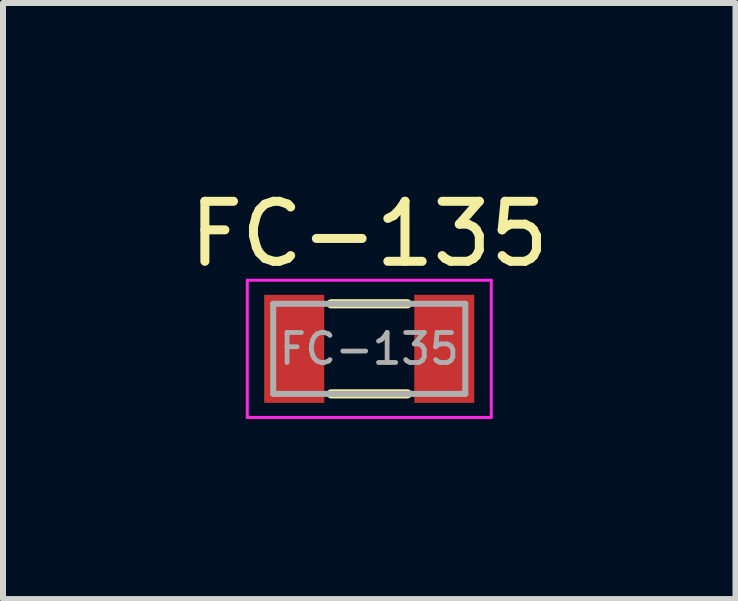
<source format=kicad_pcb>
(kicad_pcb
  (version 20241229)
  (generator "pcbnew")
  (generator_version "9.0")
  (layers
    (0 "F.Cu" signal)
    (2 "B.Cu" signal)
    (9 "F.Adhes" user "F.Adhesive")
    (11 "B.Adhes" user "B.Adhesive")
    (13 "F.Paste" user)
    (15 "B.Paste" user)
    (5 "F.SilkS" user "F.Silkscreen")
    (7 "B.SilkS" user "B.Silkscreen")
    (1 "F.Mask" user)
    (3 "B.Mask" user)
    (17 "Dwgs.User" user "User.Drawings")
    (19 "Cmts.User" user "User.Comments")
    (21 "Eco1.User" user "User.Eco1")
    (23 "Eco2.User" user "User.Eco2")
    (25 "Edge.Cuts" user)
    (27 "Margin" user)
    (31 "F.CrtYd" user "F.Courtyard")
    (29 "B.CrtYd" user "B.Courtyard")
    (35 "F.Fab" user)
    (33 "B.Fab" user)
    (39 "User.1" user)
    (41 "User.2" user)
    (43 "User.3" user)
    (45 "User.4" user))
  (footprint "FC-135"
    (layer "F.Cu")
    (at 3.101 2.761)
    (property "Reference" "FC-135" (at 0 -1.913 0) (layer "F.SilkS") (effects (font (size 1 1) (thickness 0.15))))
    (attr through_hole)
    (fp_line (start -0.635 -0.75) (end 0.635 -0.75) (stroke (width 0.153) (type solid)) (layer "F.SilkS"))
    (fp_line (start -0.635 0.75) (end 0.635 0.75) (stroke (width 0.153) (type solid)) (layer "F.SilkS"))
    (fp_line (start -2.032 -1.143) (end 2.032 -1.143) (stroke (width 0.05) (type solid)) (layer "F.CrtYd"))
    (fp_line (start -2.032 1.143) (end -2.032 -1.143) (stroke (width 0.05) (type solid)) (layer "F.CrtYd"))
    (fp_line (start 2.032 -1.143) (end 2.032 1.143) (stroke (width 0.05) (type solid)) (layer "F.CrtYd"))
    (fp_line (start 2.032 1.143) (end -2.032 1.143) (stroke (width 0.05) (type solid)) (layer "F.CrtYd"))
    (fp_line (start -1.6 -0.75) (end -1.6 0.75) (stroke (width 0.1) (type solid)) (layer "F.Fab"))
    (fp_line (start -1.6 -0.75) (end 1.6 -0.75) (stroke (width 0.1) (type solid)) (layer "F.Fab"))
    (fp_line (start -1.6 0.75) (end 1.6 0.75) (stroke (width 0.1) (type solid)) (layer "F.Fab"))
    (fp_line (start 1.6 -0.75) (end 1.6 0.75) (stroke (width 0.1) (type solid)) (layer "F.Fab"))
    (fp_text user "${REFERENCE}" (at 0 0 0) (layer "F.Fab") (effects (font (size 0.5 0.5) (thickness 0.08))))
    (pad "1" smd rect (at -1.25 0) (size 1 1.8) (layers "F.Cu" "F.Mask" "F.Paste"))
    (pad "2" smd rect (at 1.25 0) (size 1 1.8) (layers "F.Cu" "F.Mask" "F.Paste")))
  (gr_rect
    (start -3 -3)
    (end 9.202 6.929)
    (stroke (width 0.1) (type default))
    (fill no)
    (layer "Edge.Cuts")))
</source>
